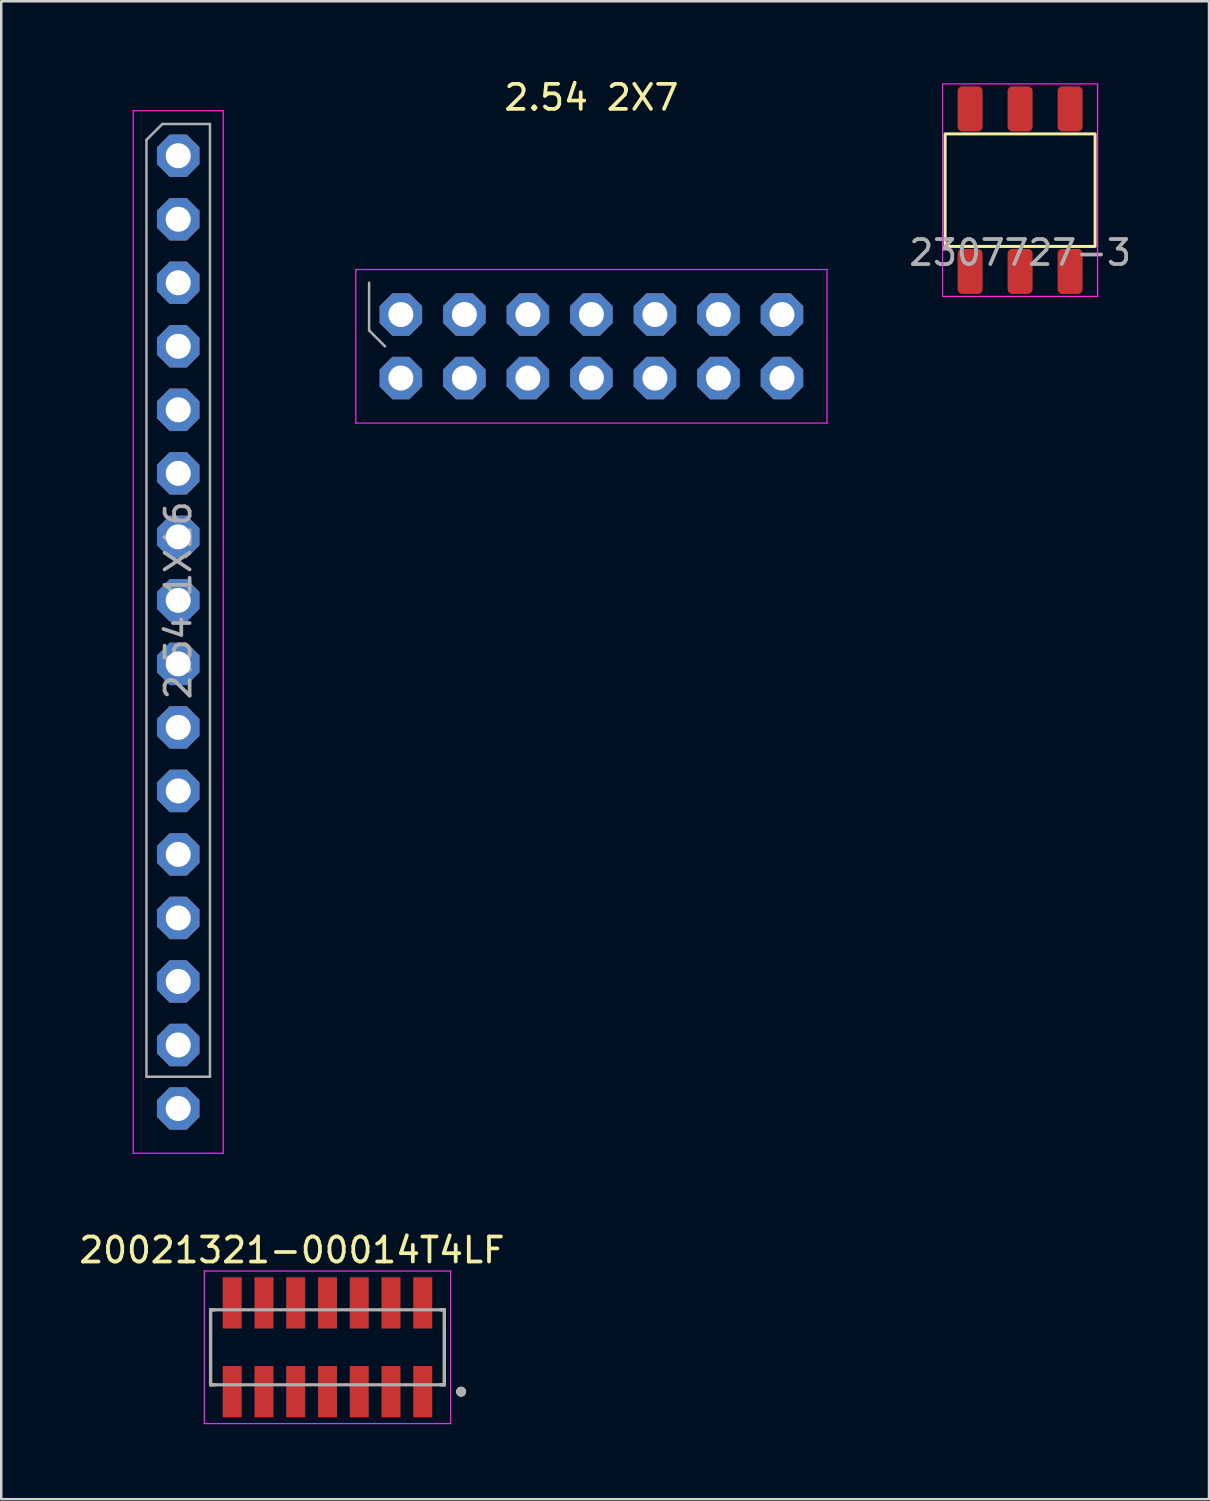
<source format=kicad_pcb>
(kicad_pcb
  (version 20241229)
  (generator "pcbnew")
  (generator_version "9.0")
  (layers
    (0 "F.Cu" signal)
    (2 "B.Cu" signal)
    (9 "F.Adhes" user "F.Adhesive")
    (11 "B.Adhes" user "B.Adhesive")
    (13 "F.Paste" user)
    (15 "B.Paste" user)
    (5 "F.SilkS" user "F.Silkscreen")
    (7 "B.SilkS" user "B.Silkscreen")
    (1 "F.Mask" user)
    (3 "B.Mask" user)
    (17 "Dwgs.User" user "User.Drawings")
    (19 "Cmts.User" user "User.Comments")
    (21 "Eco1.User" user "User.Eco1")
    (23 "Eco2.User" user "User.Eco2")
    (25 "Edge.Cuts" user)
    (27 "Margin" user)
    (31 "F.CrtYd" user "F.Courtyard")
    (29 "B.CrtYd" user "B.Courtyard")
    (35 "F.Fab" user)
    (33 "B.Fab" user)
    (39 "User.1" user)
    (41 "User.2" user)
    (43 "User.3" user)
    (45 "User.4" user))
  (footprint "20021321-00014T4LF"
    (layer "F.Cu")
    (at 10.045 50.827)
    (property "Reference" "20021321-00014T4LF" (at -1.42 -3.885 0) (layer "F.SilkS") (effects (font (size 1 1) (thickness 0.15))))
    (attr smd)
    (fp_line (start -4.675 -1.5) (end -4.51 -1.5) (stroke (width 0.127) (type solid)) (layer "F.SilkS"))
    (fp_line (start -4.675 1.5) (end -4.675 -1.5) (stroke (width 0.127) (type solid)) (layer "F.SilkS"))
    (fp_line (start -4.51 1.5) (end -4.675 1.5) (stroke (width 0.127) (type solid)) (layer "F.SilkS"))
    (fp_line (start 4.51 -1.5) (end 4.675 -1.5) (stroke (width 0.127) (type solid)) (layer "F.SilkS"))
    (fp_line (start 4.51 1.5) (end 4.675 1.5) (stroke (width 0.127) (type solid)) (layer "F.SilkS"))
    (fp_line (start 4.675 -1.5) (end 4.675 1.5) (stroke (width 0.127) (type solid)) (layer "F.SilkS"))
    (fp_circle (center 5.345 1.775) (end 5.445 1.775) (stroke (width 0.2) (type solid)) (fill no) (layer "F.SilkS"))
    (fp_line (start -4.925 -3.05) (end 4.925 -3.05) (stroke (width 0.05) (type solid)) (layer "F.CrtYd"))
    (fp_line (start -4.925 3.05) (end -4.925 -3.05) (stroke (width 0.05) (type solid)) (layer "F.CrtYd"))
    (fp_line (start 4.925 -3.05) (end 4.925 3.05) (stroke (width 0.05) (type solid)) (layer "F.CrtYd"))
    (fp_line (start 4.925 3.05) (end -4.925 3.05) (stroke (width 0.05) (type solid)) (layer "F.CrtYd"))
    (fp_line (start -4.675 -1.5) (end 4.675 -1.5) (stroke (width 0.127) (type solid)) (layer "F.Fab"))
    (fp_line (start -4.675 1.5) (end -4.675 -1.5) (stroke (width 0.127) (type solid)) (layer "F.Fab"))
    (fp_line (start -4.675 1.5) (end 4.675 1.5) (stroke (width 0.127) (type solid)) (layer "F.Fab"))
    (fp_line (start 4.675 -1.5) (end 4.675 1.5) (stroke (width 0.127) (type solid)) (layer "F.Fab"))
    (fp_circle (center 5.345 1.775) (end 5.445 1.775) (stroke (width 0.2) (type solid)) (fill no) (layer "F.Fab"))
    (pad "1" smd rect (at 3.81 1.775) (size 0.76 2.05) (layers "F.Cu" "F.Mask" "F.Paste"))
    (pad "2" smd rect (at 3.81 -1.775) (size 0.76 2.05) (layers "F.Cu" "F.Mask" "F.Paste"))
    (pad "3" smd rect (at 2.54 1.775) (size 0.76 2.05) (layers "F.Cu" "F.Mask" "F.Paste"))
    (pad "4" smd rect (at 2.54 -1.775) (size 0.76 2.05) (layers "F.Cu" "F.Mask" "F.Paste"))
    (pad "5" smd rect (at 1.27 1.775) (size 0.76 2.05) (layers "F.Cu" "F.Mask" "F.Paste"))
    (pad "6" smd rect (at 1.27 -1.775) (size 0.76 2.05) (layers "F.Cu" "F.Mask" "F.Paste"))
    (pad "7" smd rect (at 0 1.775) (size 0.76 2.05) (layers "F.Cu" "F.Mask" "F.Paste"))
    (pad "8" smd rect (at 0 -1.775) (size 0.76 2.05) (layers "F.Cu" "F.Mask" "F.Paste"))
    (pad "9" smd rect (at -1.27 1.775) (size 0.76 2.05) (layers "F.Cu" "F.Mask" "F.Paste"))
    (pad "10" smd rect (at -1.27 -1.775) (size 0.76 2.05) (layers "F.Cu" "F.Mask" "F.Paste"))
    (pad "11" smd rect (at -2.54 1.775) (size 0.76 2.05) (layers "F.Cu" "F.Mask" "F.Paste"))
    (pad "12" smd rect (at -2.54 -1.775) (size 0.76 2.05) (layers "F.Cu" "F.Mask" "F.Paste"))
    (pad "13" smd rect (at -3.81 1.775) (size 0.76 2.05) (layers "F.Cu" "F.Mask" "F.Paste"))
    (pad "14" smd rect (at -3.81 -1.775) (size 0.76 2.05) (layers "F.Cu" "F.Mask" "F.Paste")))
  (footprint "2307727-3"
    (layer "F.Cu")
    (at 37.743 4.554)
    (property "Reference" "2307727-3" (at -3.85 0 90) (unlocked yes) (layer "User.2") (effects (font (size 1 1) (thickness 0.15))))
    (attr smd)
    (fp_rect (start -3 -2.25) (end 3 2.25) (stroke (width 0.12) (type default)) (fill no) (layer "F.SilkS"))
    (fp_rect (start -3.1 -4.25) (end 3.1 4.25) (stroke (width 0.05) (type default)) (fill no) (layer "F.CrtYd"))
    (fp_text user "${REFERENCE}" (at 0 2.5 0) (unlocked yes) (layer "F.Fab") (effects (font (size 1 1) (thickness 0.15))))
    (pad "1" smd roundrect (at -2 -3.25) (size 1 1.8) (layers "F.Cu" "F.Mask" "F.Paste") (roundrect_rratio 0.185))
    (pad "1" smd roundrect (at -2 3.25) (size 1 1.8) (layers "F.Cu" "F.Mask" "F.Paste") (roundrect_rratio 0.185))
    (pad "2" smd roundrect (at 0 -3.25) (size 1 1.8) (layers "F.Cu" "F.Mask" "F.Paste") (roundrect_rratio 0.185))
    (pad "2" smd roundrect (at 0 3.25) (size 1 1.8) (layers "F.Cu" "F.Mask" "F.Paste") (roundrect_rratio 0.185))
    (pad "3" smd roundrect (at 2 -3.25) (size 1 1.8) (layers "F.Cu" "F.Mask" "F.Paste") (roundrect_rratio 0.185))
    (pad "3" smd roundrect (at 2 3.25) (size 1 1.8) (layers "F.Cu" "F.Mask" "F.Paste") (roundrect_rratio 0.185)))
  (footprint "2.54 1X16"
    (layer "F.Cu")
    (at 4.077 22.228)
    (property "Reference" "2.54 1X16" (at 0 -21.38 0) (layer "User.2") (effects (font (size 1 1) (thickness 0.15))))
    (attr through_hole)
    (fp_line (start -1.8 -20.85) (end -1.8 20.84) (stroke (width 0.05) (type solid)) (layer "F.CrtYd"))
    (fp_line (start -1.8 20.84) (end 1.8 20.84) (stroke (width 0.05) (type solid)) (layer "F.CrtYd"))
    (fp_line (start 1.8 -20.85) (end -1.8 -20.85) (stroke (width 0.05) (type solid)) (layer "F.CrtYd"))
    (fp_line (start 1.8 20.84) (end 1.8 -20.85) (stroke (width 0.05) (type solid)) (layer "F.CrtYd"))
    (fp_line (start -1.27 -19.685) (end -0.635 -20.32) (stroke (width 0.1) (type solid)) (layer "F.Fab"))
    (fp_line (start -1.27 17.78) (end -1.27 -19.685) (stroke (width 0.1) (type solid)) (layer "F.Fab"))
    (fp_line (start -0.635 -20.32) (end 1.27 -20.32) (stroke (width 0.1) (type solid)) (layer "F.Fab"))
    (fp_line (start 1.27 -20.32) (end 1.27 17.78) (stroke (width 0.1) (type solid)) (layer "F.Fab"))
    (fp_line (start 1.27 17.78) (end -1.27 17.78) (stroke (width 0.1) (type solid)) (layer "F.Fab"))
    (fp_text user "${REFERENCE}" (at 0 -1.27 90) (layer "F.Fab") (effects (font (size 1 1) (thickness 0.15))))
    (pad "1" thru_hole roundrect (at 0 -19.05) (size 1.7 1.7) (drill 1) (layers "*.Cu" "*.Mask") (roundrect_rratio 0) (chamfer_ratio 0.3) (chamfer top_left top_right bottom_left bottom_right))
    (pad "2" thru_hole roundrect (at 0 -16.51) (size 1.7 1.7) (drill 1) (layers "*.Cu" "*.Mask") (roundrect_rratio 0) (chamfer_ratio 0.3) (chamfer top_left top_right bottom_left bottom_right))
    (pad "3" thru_hole roundrect (at 0 -13.97) (size 1.7 1.7) (drill 1) (layers "*.Cu" "*.Mask") (roundrect_rratio 0) (chamfer_ratio 0.3) (chamfer top_left top_right bottom_left bottom_right))
    (pad "4" thru_hole roundrect (at 0 -11.43) (size 1.7 1.7) (drill 1) (layers "*.Cu" "*.Mask") (roundrect_rratio 0) (chamfer_ratio 0.3) (chamfer top_left top_right bottom_left bottom_right))
    (pad "5" thru_hole roundrect (at 0 -8.89) (size 1.7 1.7) (drill 1) (layers "*.Cu" "*.Mask") (roundrect_rratio 0) (chamfer_ratio 0.3) (chamfer top_left top_right bottom_left bottom_right))
    (pad "6" thru_hole roundrect (at 0 -6.35) (size 1.7 1.7) (drill 1) (layers "*.Cu" "*.Mask") (roundrect_rratio 0) (chamfer_ratio 0.3) (chamfer top_left top_right bottom_left bottom_right))
    (pad "7" thru_hole roundrect (at 0 -3.81) (size 1.7 1.7) (drill 1) (layers "*.Cu" "*.Mask") (roundrect_rratio 0) (chamfer_ratio 0.3) (chamfer top_left top_right bottom_left bottom_right))
    (pad "8" thru_hole roundrect (at 0 -1.27) (size 1.7 1.7) (drill 1) (layers "*.Cu" "*.Mask") (roundrect_rratio 0) (chamfer_ratio 0.3) (chamfer top_left top_right bottom_left bottom_right))
    (pad "9" thru_hole roundrect (at 0 1.27) (size 1.7 1.7) (drill 1) (layers "*.Cu" "*.Mask") (roundrect_rratio 0) (chamfer_ratio 0.3) (chamfer top_left top_right bottom_left bottom_right))
    (pad "10" thru_hole roundrect (at 0 3.81) (size 1.7 1.7) (drill 1) (layers "*.Cu" "*.Mask") (roundrect_rratio 0) (chamfer_ratio 0.3) (chamfer top_left top_right bottom_left bottom_right))
    (pad "11" thru_hole roundrect (at 0 6.35) (size 1.7 1.7) (drill 1) (layers "*.Cu" "*.Mask") (roundrect_rratio 0) (chamfer_ratio 0.3) (chamfer top_left top_right bottom_left bottom_right))
    (pad "12" thru_hole roundrect (at 0 8.89) (size 1.7 1.7) (drill 1) (layers "*.Cu" "*.Mask") (roundrect_rratio 0) (chamfer_ratio 0.3) (chamfer top_left top_right bottom_left bottom_right))
    (pad "13" thru_hole roundrect (at 0 11.43) (size 1.7 1.7) (drill 1) (layers "*.Cu" "*.Mask") (roundrect_rratio 0) (chamfer_ratio 0.3) (chamfer top_left top_right bottom_left bottom_right))
    (pad "14" thru_hole roundrect (at 0 13.97) (size 1.7 1.7) (drill 1) (layers "*.Cu" "*.Mask") (roundrect_rratio 0) (chamfer_ratio 0.3) (chamfer top_left top_right bottom_left bottom_right))
    (pad "15" thru_hole roundrect (at 0 16.51) (size 1.7 1.7) (drill 1) (layers "*.Cu" "*.Mask") (roundrect_rratio 0) (chamfer_ratio 0.3) (chamfer top_left top_right bottom_left bottom_right))
    (pad "16" thru_hole roundrect (at 0 19.05) (size 1.7 1.7) (drill 1) (layers "*.Cu" "*.Mask") (roundrect_rratio 0) (chamfer_ratio 0.3) (chamfer top_left top_right bottom_left bottom_right)))
  (footprint "2.54 2X7"
    (layer "F.Cu")
    (at 20.6 10.798)
    (property "Reference" "2.54 2X7" (at 0 -9.95 0) (layer "F.SilkS") (effects (font (size 1 1) (thickness 0.15))))
    (attr through_hole)
    (fp_line (start -9.42 -3.07) (end -9.42 3.07) (stroke (width 0.05) (type solid)) (layer "F.CrtYd"))
    (fp_line (start 9.42 -3.07) (end -9.42 -3.07) (stroke (width 0.05) (type solid)) (layer "F.CrtYd"))
    (fp_line (start 9.42 -3.07) (end 9.42 3.07) (stroke (width 0.05) (type solid)) (layer "F.CrtYd"))
    (fp_line (start 9.42 3.07) (end -9.42 3.07) (stroke (width 0.05) (type solid)) (layer "F.CrtYd"))
    (fp_line (start -8.89 -0.635) (end -8.89 -2.54) (stroke (width 0.1) (type solid)) (layer "F.Fab"))
    (fp_line (start -8.255 0) (end -8.89 -0.635) (stroke (width 0.1) (type solid)) (layer "F.Fab"))
    (pad "1" thru_hole roundrect (at -7.62 -1.27 90) (size 1.7 1.7) (drill 1) (layers "*.Cu" "*.Mask") (roundrect_rratio 0) (chamfer_ratio 0.3) (chamfer top_left top_right bottom_left bottom_right))
    (pad "2" thru_hole roundrect (at -5.08 -1.27 90) (size 1.7 1.7) (drill 1) (layers "*.Cu" "*.Mask") (roundrect_rratio 0) (chamfer_ratio 0.3) (chamfer top_left top_right bottom_left bottom_right))
    (pad "3" thru_hole roundrect (at -2.54 -1.27 90) (size 1.7 1.7) (drill 1) (layers "*.Cu" "*.Mask") (roundrect_rratio 0) (chamfer_ratio 0.3) (chamfer top_left top_right bottom_left bottom_right))
    (pad "4" thru_hole roundrect (at 0 -1.27 90) (size 1.7 1.7) (drill 1) (layers "*.Cu" "*.Mask") (roundrect_rratio 0) (chamfer_ratio 0.3) (chamfer top_left top_right bottom_left bottom_right))
    (pad "5" thru_hole roundrect (at 2.54 -1.27 90) (size 1.7 1.7) (drill 1) (layers "*.Cu" "*.Mask") (roundrect_rratio 0) (chamfer_ratio 0.3) (chamfer top_left top_right bottom_left bottom_right))
    (pad "6" thru_hole roundrect (at 5.08 -1.27 90) (size 1.7 1.7) (drill 1) (layers "*.Cu" "*.Mask") (roundrect_rratio 0) (chamfer_ratio 0.3) (chamfer top_left top_right bottom_left bottom_right))
    (pad "7" thru_hole roundrect (at 7.62 -1.27 90) (size 1.7 1.7) (drill 1) (layers "*.Cu" "*.Mask") (roundrect_rratio 0) (chamfer_ratio 0.3) (chamfer top_left top_right bottom_left bottom_right))
    (pad "8" thru_hole roundrect (at -7.62 1.27 90) (size 1.7 1.7) (drill 1) (layers "*.Cu" "*.Mask") (roundrect_rratio 0) (chamfer_ratio 0.3) (chamfer top_left top_right bottom_left bottom_right))
    (pad "9" thru_hole roundrect (at -5.08 1.27 90) (size 1.7 1.7) (drill 1) (layers "*.Cu" "*.Mask") (roundrect_rratio 0) (chamfer_ratio 0.3) (chamfer top_left top_right bottom_left bottom_right))
    (pad "10" thru_hole roundrect (at -2.54 1.27 90) (size 1.7 1.7) (drill 1) (layers "*.Cu" "*.Mask") (roundrect_rratio 0) (chamfer_ratio 0.3) (chamfer top_left top_right bottom_left bottom_right))
    (pad "11" thru_hole roundrect (at 0 1.27 90) (size 1.7 1.7) (drill 1) (layers "*.Cu" "*.Mask") (roundrect_rratio 0) (chamfer_ratio 0.3) (chamfer top_left top_right bottom_left bottom_right))
    (pad "12" thru_hole roundrect (at 2.54 1.27 90) (size 1.7 1.7) (drill 1) (layers "*.Cu" "*.Mask") (roundrect_rratio 0) (chamfer_ratio 0.3) (chamfer top_left top_right bottom_left bottom_right))
    (pad "13" thru_hole roundrect (at 5.08 1.27 90) (size 1.7 1.7) (drill 1) (layers "*.Cu" "*.Mask") (roundrect_rratio 0) (chamfer_ratio 0.3) (chamfer top_left top_right bottom_left bottom_right))
    (pad "14" thru_hole roundrect (at 7.62 1.27 90) (size 1.7 1.7) (drill 1) (layers "*.Cu" "*.Mask") (roundrect_rratio 0) (chamfer_ratio 0.3) (chamfer top_left top_right bottom_left bottom_right)))
  (gr_rect
    (start -3 -3)
    (end 45.297 56.901)
    (stroke (width 0.1) (type default))
    (fill no)
    (layer "Edge.Cuts")))
</source>
